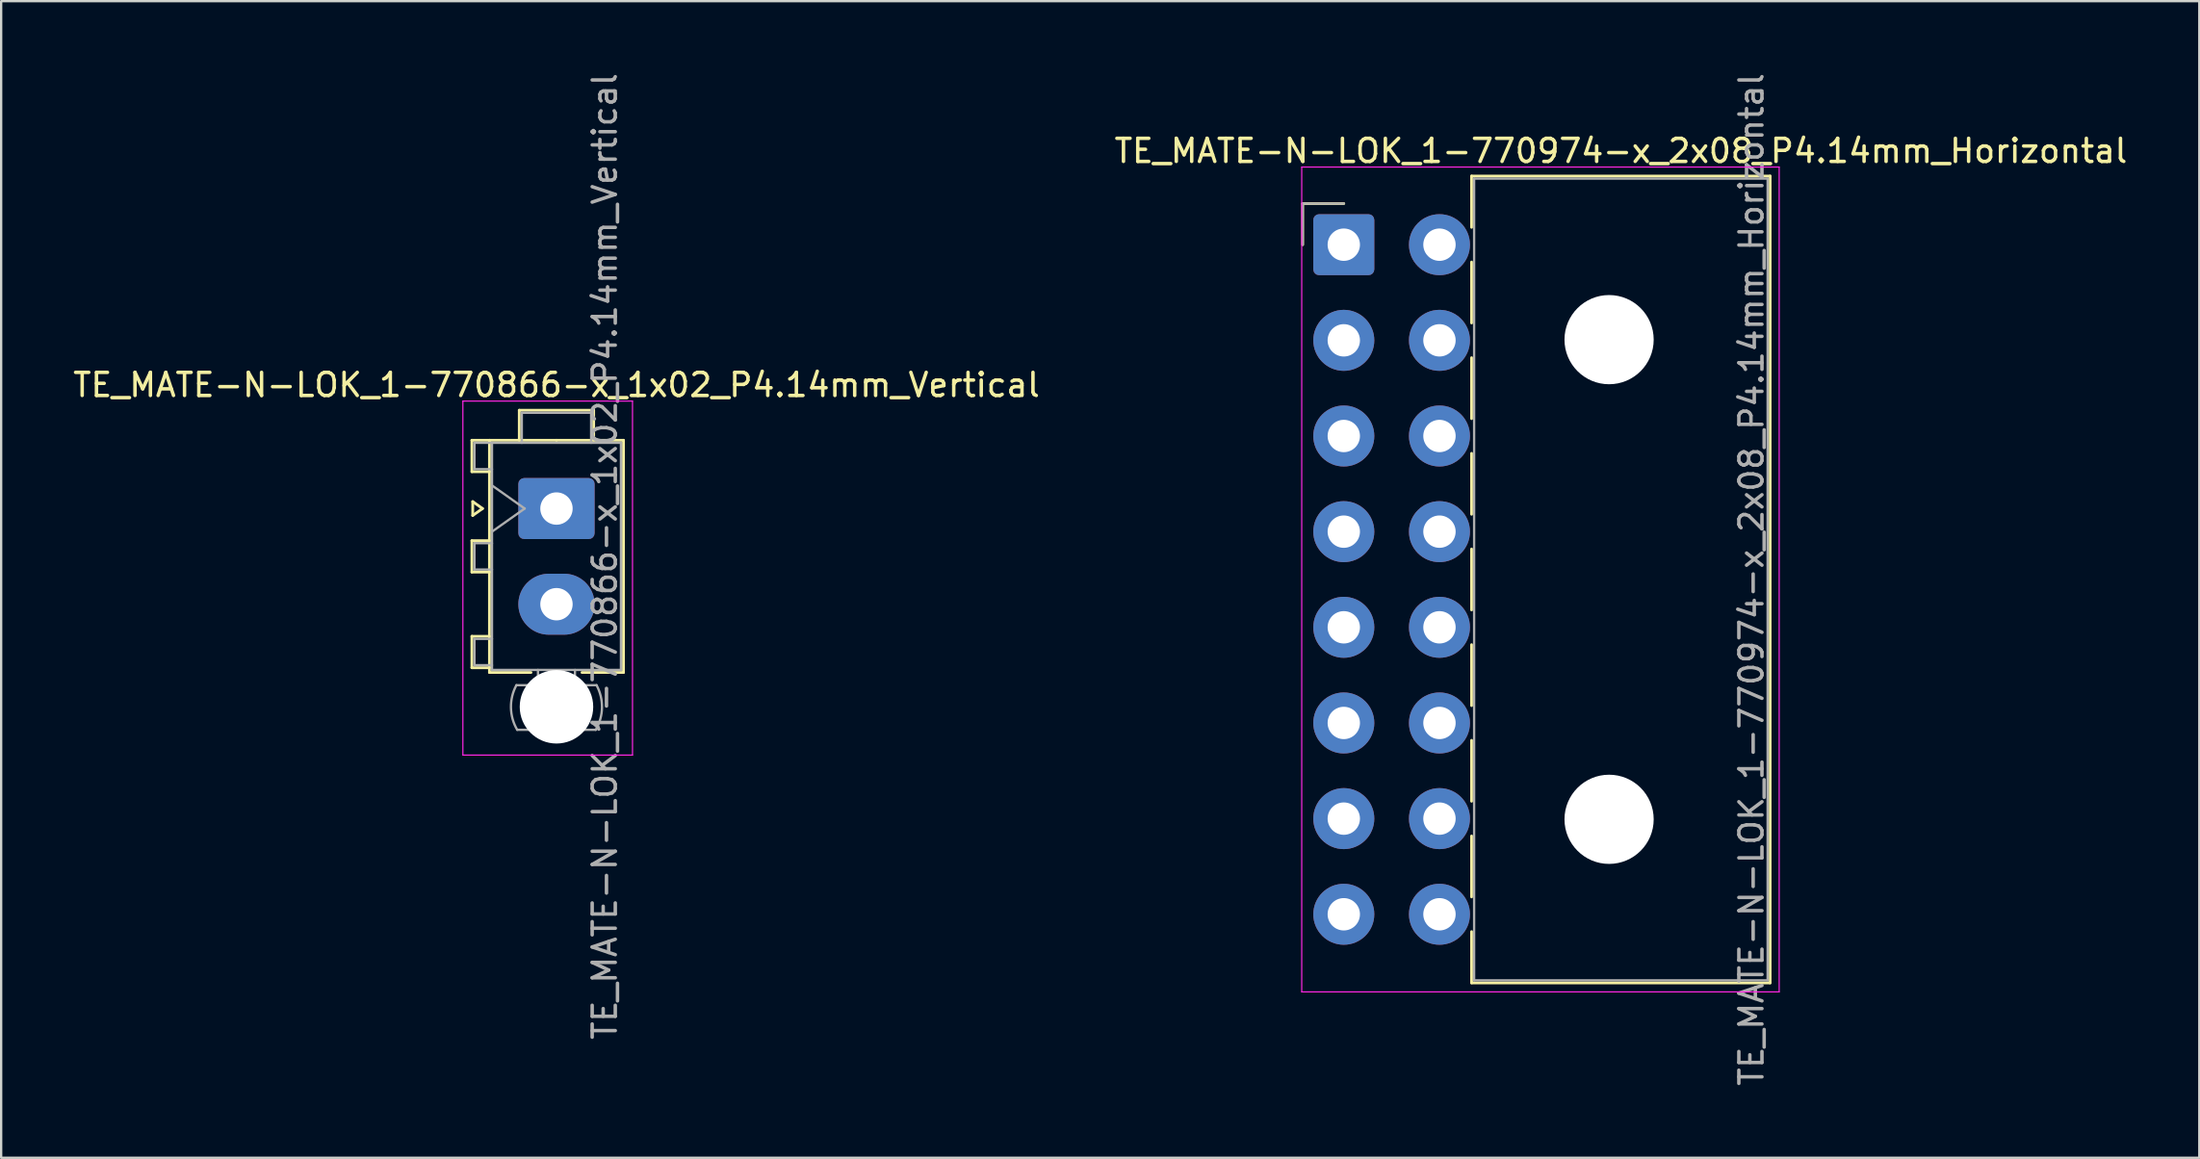
<source format=kicad_pcb>
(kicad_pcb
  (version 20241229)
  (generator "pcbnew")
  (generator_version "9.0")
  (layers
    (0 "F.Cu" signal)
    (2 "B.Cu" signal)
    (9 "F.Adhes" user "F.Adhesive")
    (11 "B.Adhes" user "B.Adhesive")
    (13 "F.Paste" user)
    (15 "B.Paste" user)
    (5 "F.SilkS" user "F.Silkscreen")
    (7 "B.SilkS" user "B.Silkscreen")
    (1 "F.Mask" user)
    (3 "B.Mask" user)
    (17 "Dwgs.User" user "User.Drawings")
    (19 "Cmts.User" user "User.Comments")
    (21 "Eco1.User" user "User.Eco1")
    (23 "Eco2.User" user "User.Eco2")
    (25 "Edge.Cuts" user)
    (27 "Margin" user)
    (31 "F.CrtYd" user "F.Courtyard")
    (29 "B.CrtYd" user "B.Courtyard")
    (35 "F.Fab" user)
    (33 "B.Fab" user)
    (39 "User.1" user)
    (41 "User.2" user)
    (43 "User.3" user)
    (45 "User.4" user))
  (footprint "TE_MATE-N-LOK_1-770974-x_2x08_P4.14mm_Horizontal"
    (layer "F.Cu")
    (at 55.099 7.54)
    (property "Reference" "TE_MATE-N-LOK_1-770974-x_2x08_P4.14mm_Horizontal" (at 11.99 -4.06 0) (layer "F.SilkS") (effects (font (size 1 1) (thickness 0.15))))
    (attr through_hole)
    (fp_line (start -1.78 -1.78) (end -1.78 0) (stroke (width 0.12) (type solid)) (layer "F.SilkS"))
    (fp_line (start 0 -1.78) (end -1.78 -1.78) (stroke (width 0.12) (type solid)) (layer "F.SilkS"))
    (fp_line (start 5.53 -2.97) (end 18.45 -2.97) (stroke (width 0.12) (type solid)) (layer "F.SilkS"))
    (fp_line (start 5.53 -0.751) (end 5.53 -2.97) (stroke (width 0.12) (type solid)) (layer "F.SilkS"))
    (fp_line (start 5.53 0.751) (end 5.53 3.389) (stroke (width 0.12) (type solid)) (layer "F.SilkS"))
    (fp_line (start 5.53 4.891) (end 5.53 7.529) (stroke (width 0.12) (type solid)) (layer "F.SilkS"))
    (fp_line (start 5.53 9.031) (end 5.53 11.669) (stroke (width 0.12) (type solid)) (layer "F.SilkS"))
    (fp_line (start 5.53 13.171) (end 5.53 15.809) (stroke (width 0.12) (type solid)) (layer "F.SilkS"))
    (fp_line (start 5.53 17.311) (end 5.53 19.949) (stroke (width 0.12) (type solid)) (layer "F.SilkS"))
    (fp_line (start 5.53 21.451) (end 5.53 24.089) (stroke (width 0.12) (type solid)) (layer "F.SilkS"))
    (fp_line (start 5.53 25.591) (end 5.53 28.229) (stroke (width 0.12) (type solid)) (layer "F.SilkS"))
    (fp_line (start 5.53 31.95) (end 5.53 29.731) (stroke (width 0.12) (type solid)) (layer "F.SilkS"))
    (fp_line (start 18.45 -2.97) (end 18.45 31.95) (stroke (width 0.12) (type solid)) (layer "F.SilkS"))
    (fp_line (start 18.45 31.95) (end 5.53 31.95) (stroke (width 0.12) (type solid)) (layer "F.SilkS"))
    (fp_line (start -1.82 -3.36) (end -1.82 32.34) (stroke (width 0.05) (type solid)) (layer "F.CrtYd"))
    (fp_line (start -1.82 32.34) (end 18.84 32.34) (stroke (width 0.05) (type solid)) (layer "F.CrtYd"))
    (fp_line (start 18.84 -3.36) (end -1.82 -3.36) (stroke (width 0.05) (type solid)) (layer "F.CrtYd"))
    (fp_line (start 18.84 32.34) (end 18.84 -3.36) (stroke (width 0.05) (type solid)) (layer "F.CrtYd"))
    (fp_line (start -1.78 -1.78) (end -1.78 0) (stroke (width 0.1) (type solid)) (layer "F.Fab"))
    (fp_line (start 0 -1.78) (end -1.78 -1.78) (stroke (width 0.1) (type solid)) (layer "F.Fab"))
    (fp_line (start 5.64 -2.86) (end 5.64 31.84) (stroke (width 0.1) (type solid)) (layer "F.Fab"))
    (fp_line (start 5.64 31.84) (end 18.34 31.84) (stroke (width 0.1) (type solid)) (layer "F.Fab"))
    (fp_line (start 18.34 -2.86) (end 5.64 -2.86) (stroke (width 0.1) (type solid)) (layer "F.Fab"))
    (fp_line (start 18.34 31.84) (end 18.34 -2.86) (stroke (width 0.1) (type solid)) (layer "F.Fab"))
    (fp_text user "${REFERENCE}" (at 17.64 14.49 90) (layer "F.Fab") (effects (font (size 1 1) (thickness 0.15))))
    (pad "" np_thru_hole circle (at 11.48 4.11) (size 3.86 3.86) (drill 3.86) (layers "*.Cu" "*.Mask"))
    (pad "" np_thru_hole circle (at 11.48 24.87) (size 3.86 3.86) (drill 3.86) (layers "*.Cu" "*.Mask"))
    (pad "1" thru_hole roundrect (at 0 0) (size 2.64 2.64) (drill 1.4) (layers "*.Cu" "*.Mask") (roundrect_rratio 0.095))
    (pad "2" thru_hole circle (at 0 4.14) (size 2.64 2.64) (drill 1.4) (layers "*.Cu" "*.Mask"))
    (pad "3" thru_hole circle (at 0 8.28) (size 2.64 2.64) (drill 1.4) (layers "*.Cu" "*.Mask"))
    (pad "4" thru_hole circle (at 0 12.42) (size 2.64 2.64) (drill 1.4) (layers "*.Cu" "*.Mask"))
    (pad "5" thru_hole circle (at 0 16.56) (size 2.64 2.64) (drill 1.4) (layers "*.Cu" "*.Mask"))
    (pad "6" thru_hole circle (at 0 20.7) (size 2.64 2.64) (drill 1.4) (layers "*.Cu" "*.Mask"))
    (pad "7" thru_hole circle (at 0 24.84) (size 2.64 2.64) (drill 1.4) (layers "*.Cu" "*.Mask"))
    (pad "8" thru_hole circle (at 0 28.98) (size 2.64 2.64) (drill 1.4) (layers "*.Cu" "*.Mask"))
    (pad "9" thru_hole circle (at 4.14 0) (size 2.64 2.64) (drill 1.4) (layers "*.Cu" "*.Mask"))
    (pad "10" thru_hole circle (at 4.14 4.14) (size 2.64 2.64) (drill 1.4) (layers "*.Cu" "*.Mask"))
    (pad "11" thru_hole circle (at 4.14 8.28) (size 2.64 2.64) (drill 1.4) (layers "*.Cu" "*.Mask"))
    (pad "12" thru_hole circle (at 4.14 12.42) (size 2.64 2.64) (drill 1.4) (layers "*.Cu" "*.Mask"))
    (pad "13" thru_hole circle (at 4.14 16.56) (size 2.64 2.64) (drill 1.4) (layers "*.Cu" "*.Mask"))
    (pad "14" thru_hole circle (at 4.14 20.7) (size 2.64 2.64) (drill 1.4) (layers "*.Cu" "*.Mask"))
    (pad "15" thru_hole circle (at 4.14 24.84) (size 2.64 2.64) (drill 1.4) (layers "*.Cu" "*.Mask"))
    (pad "16" thru_hole circle (at 4.14 28.98) (size 2.64 2.64) (drill 1.4) (layers "*.Cu" "*.Mask")))
  (footprint "TE_MATE-N-LOK_1-770866-x_1x02_P4.14mm_Vertical"
    (layer "F.Cu")
    (at 21.03 18.96)
    (property "Reference" "TE_MATE-N-LOK_1-770866-x_1x02_P4.14mm_Vertical" (at 0 -5.35 0) (layer "F.SilkS") (effects (font (size 1 1) (thickness 0.15))))
    (attr through_hole)
    (fp_line (start -3.66 -2.955) (end -3.66 -1.595) (stroke (width 0.12) (type solid)) (layer "F.SilkS"))
    (fp_line (start -3.66 -1.595) (end -2.9 -1.595) (stroke (width 0.12) (type solid)) (layer "F.SilkS"))
    (fp_line (start -3.66 1.39) (end -3.66 2.75) (stroke (width 0.12) (type solid)) (layer "F.SilkS"))
    (fp_line (start -3.66 2.75) (end -2.9 2.75) (stroke (width 0.12) (type solid)) (layer "F.SilkS"))
    (fp_line (start -3.66 5.53) (end -3.66 6.89) (stroke (width 0.12) (type solid)) (layer "F.SilkS"))
    (fp_line (start -3.66 6.89) (end -2.9 6.89) (stroke (width 0.12) (type solid)) (layer "F.SilkS"))
    (fp_line (start -3.624 -0.3) (end -3.2 0) (stroke (width 0.12) (type solid)) (layer "F.SilkS"))
    (fp_line (start -3.624 0.3) (end -3.624 -0.3) (stroke (width 0.12) (type solid)) (layer "F.SilkS"))
    (fp_line (start -3.2 0) (end -3.624 0.3) (stroke (width 0.12) (type solid)) (layer "F.SilkS"))
    (fp_line (start -2.9 -2.955) (end -3.66 -2.955) (stroke (width 0.12) (type solid)) (layer "F.SilkS"))
    (fp_line (start -2.9 -2.955) (end -2.9 7.095) (stroke (width 0.12) (type solid)) (layer "F.SilkS"))
    (fp_line (start -2.9 1.39) (end -3.66 1.39) (stroke (width 0.12) (type solid)) (layer "F.SilkS"))
    (fp_line (start -2.9 5.53) (end -3.66 5.53) (stroke (width 0.12) (type solid)) (layer "F.SilkS"))
    (fp_line (start -2.9 7.095) (end -1.103 7.095) (stroke (width 0.12) (type solid)) (layer "F.SilkS"))
    (fp_line (start -1.61 -4.255) (end 1.61 -4.255) (stroke (width 0.12) (type solid)) (layer "F.SilkS"))
    (fp_line (start -1.61 -2.955) (end -1.61 -4.255) (stroke (width 0.12) (type solid)) (layer "F.SilkS"))
    (fp_line (start 0 -2.955) (end -2.9 -2.955) (stroke (width 0.12) (type solid)) (layer "F.SilkS"))
    (fp_line (start 0 -2.955) (end 2.9 -2.955) (stroke (width 0.12) (type solid)) (layer "F.SilkS"))
    (fp_line (start 1.61 -4.255) (end 1.61 -2.955) (stroke (width 0.12) (type solid)) (layer "F.SilkS"))
    (fp_line (start 2.9 -2.955) (end 2.9 7.095) (stroke (width 0.12) (type solid)) (layer "F.SilkS"))
    (fp_line (start 2.9 7.095) (end 1.103 7.095) (stroke (width 0.12) (type solid)) (layer "F.SilkS"))
    (fp_line (start -4.05 -4.65) (end -4.05 10.67) (stroke (width 0.05) (type solid)) (layer "F.CrtYd"))
    (fp_line (start -4.05 10.67) (end 3.29 10.67) (stroke (width 0.05) (type solid)) (layer "F.CrtYd"))
    (fp_line (start 3.29 -4.65) (end -4.05 -4.65) (stroke (width 0.05) (type solid)) (layer "F.CrtYd"))
    (fp_line (start 3.29 10.67) (end 3.29 -4.65) (stroke (width 0.05) (type solid)) (layer "F.CrtYd"))
    (fp_line (start -3.55 -2.845) (end -3.55 -1.705) (stroke (width 0.1) (type solid)) (layer "F.Fab"))
    (fp_line (start -3.55 -1.705) (end -2.79 -1.705) (stroke (width 0.1) (type solid)) (layer "F.Fab"))
    (fp_line (start -3.55 1.5) (end -3.55 2.64) (stroke (width 0.1) (type solid)) (layer "F.Fab"))
    (fp_line (start -3.55 2.64) (end -2.79 2.64) (stroke (width 0.1) (type solid)) (layer "F.Fab"))
    (fp_line (start -3.55 5.64) (end -3.55 6.78) (stroke (width 0.1) (type solid)) (layer "F.Fab"))
    (fp_line (start -3.55 6.78) (end -2.79 6.78) (stroke (width 0.1) (type solid)) (layer "F.Fab"))
    (fp_line (start -2.79 -2.845) (end -3.55 -2.845) (stroke (width 0.1) (type solid)) (layer "F.Fab"))
    (fp_line (start -2.79 -2.845) (end -2.79 6.985) (stroke (width 0.1) (type solid)) (layer "F.Fab"))
    (fp_line (start -2.79 -1) (end -1.376 0) (stroke (width 0.1) (type solid)) (layer "F.Fab"))
    (fp_line (start -2.79 1.5) (end -3.55 1.5) (stroke (width 0.1) (type solid)) (layer "F.Fab"))
    (fp_line (start -2.79 5.64) (end -3.55 5.64) (stroke (width 0.1) (type solid)) (layer "F.Fab"))
    (fp_line (start -2.79 6.985) (end 2.79 6.985) (stroke (width 0.1) (type solid)) (layer "F.Fab"))
    (fp_line (start -1.5 -4.145) (end 1.5 -4.145) (stroke (width 0.1) (type solid)) (layer "F.Fab"))
    (fp_line (start -1.5 -2.845) (end -1.5 -4.145) (stroke (width 0.1) (type solid)) (layer "F.Fab"))
    (fp_line (start -1.376 0) (end -2.79 1) (stroke (width 0.1) (type solid)) (layer "F.Fab"))
    (fp_line (start -0.8 6.985) (end -0.8 7.645) (stroke (width 0.1) (type solid)) (layer "F.Fab"))
    (fp_line (start 0.8 6.985) (end 0.8 7.645) (stroke (width 0.1) (type solid)) (layer "F.Fab"))
    (fp_line (start 1.5 -4.145) (end 1.5 -2.845) (stroke (width 0.1) (type solid)) (layer "F.Fab"))
    (fp_line (start 1.7 9.576) (end -1.7 9.576) (stroke (width 0.1) (type solid)) (layer "F.Fab"))
    (fp_line (start 1.734 7.645) (end -1.734 7.645) (stroke (width 0.1) (type solid)) (layer "F.Fab"))
    (fp_line (start 2.79 -2.845) (end -2.79 -2.845) (stroke (width 0.1) (type solid)) (layer "F.Fab"))
    (fp_line (start 2.79 6.985) (end 2.79 -2.845) (stroke (width 0.1) (type solid)) (layer "F.Fab"))
    (fp_arc (start -1.699672 9.576) (mid -1.969689 8.614992) (end -1.733977 7.645) (stroke (width 0.1) (type solid)) (layer "F.Fab"))
    (fp_arc (start 1.733977 7.645) (mid 1.96969 8.614992) (end 1.699672 9.576) (stroke (width 0.1) (type solid)) (layer "F.Fab"))
    (fp_text user "${REFERENCE}" (at 2.09 2.07 90) (layer "F.Fab") (effects (font (size 1 1) (thickness 0.15))))
    (pad "" np_thru_hole circle (at 0 8.58) (size 3.18 3.18) (drill 3.18) (layers "*.Cu" "*.Mask"))
    (pad "1" thru_hole roundrect (at 0 0) (size 3.3 2.64) (drill 1.4) (layers "*.Cu" "*.Mask") (roundrect_rratio 0.095))
    (pad "2" thru_hole oval (at 0 4.14) (size 3.3 2.64) (drill 1.4) (layers "*.Cu" "*.Mask")))
  (gr_rect
    (start -3 -3)
    (end 92.119 47.06)
    (stroke (width 0.1) (type default))
    (fill no)
    (layer "Edge.Cuts")))
</source>
